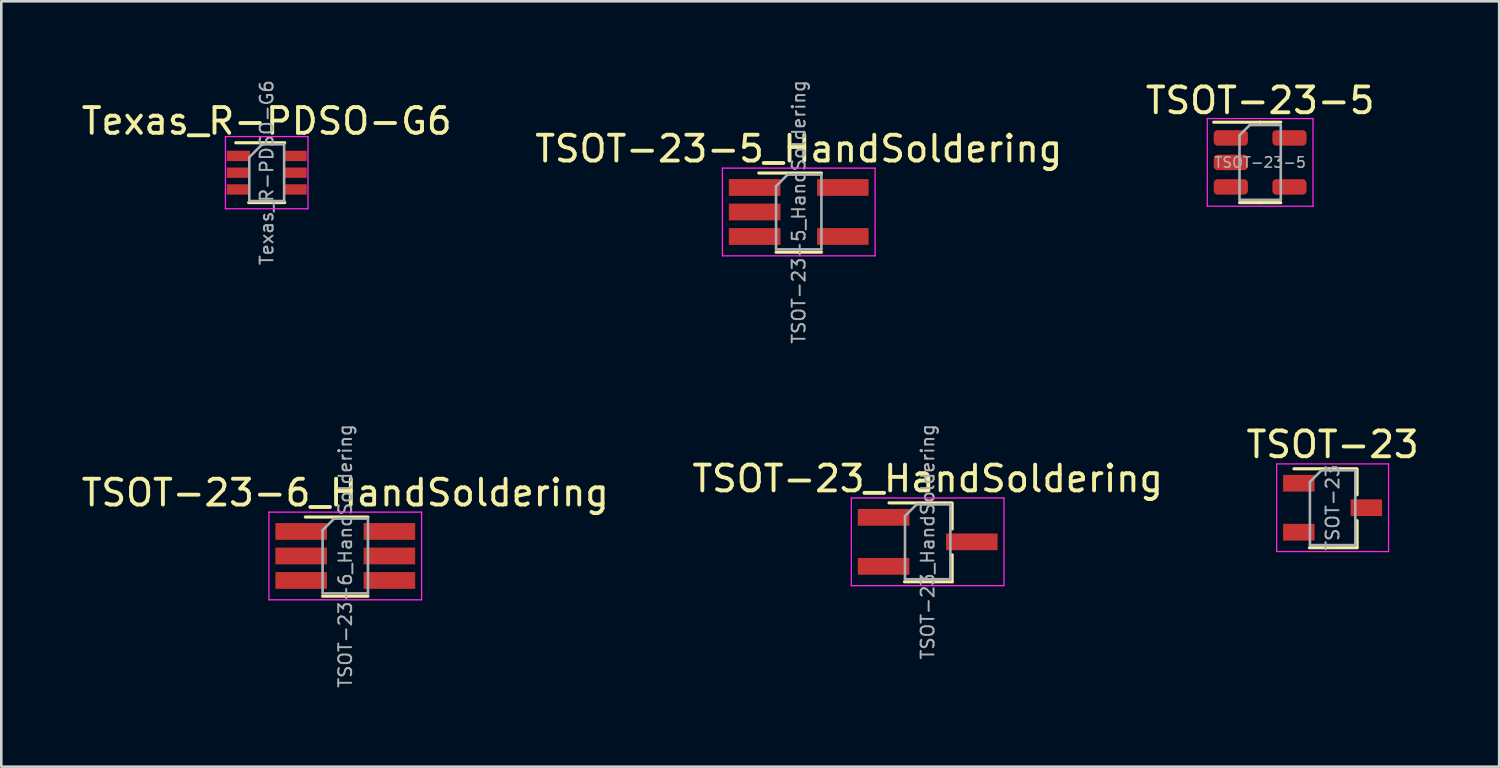
<source format=kicad_pcb>
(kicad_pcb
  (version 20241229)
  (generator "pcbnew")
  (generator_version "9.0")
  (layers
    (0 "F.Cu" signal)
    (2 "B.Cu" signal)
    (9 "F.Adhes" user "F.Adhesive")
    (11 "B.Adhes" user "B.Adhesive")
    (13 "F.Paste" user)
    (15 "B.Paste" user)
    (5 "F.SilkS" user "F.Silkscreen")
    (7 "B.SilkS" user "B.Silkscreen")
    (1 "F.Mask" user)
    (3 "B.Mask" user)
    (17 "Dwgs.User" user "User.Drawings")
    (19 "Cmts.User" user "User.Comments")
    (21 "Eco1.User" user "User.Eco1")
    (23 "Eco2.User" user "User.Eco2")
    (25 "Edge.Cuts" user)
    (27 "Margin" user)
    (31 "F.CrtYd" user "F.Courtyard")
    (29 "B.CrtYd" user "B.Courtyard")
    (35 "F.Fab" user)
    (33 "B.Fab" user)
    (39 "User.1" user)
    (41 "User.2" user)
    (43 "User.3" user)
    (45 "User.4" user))
  (footprint "TSOT-23-5_HandSoldering"
    (layer "F.Cu")
    (at 27.923 5.17)
    (property "Reference" "TSOT-23-5_HandSoldering" (at 0 -2.45 0) (layer "F.SilkS") (effects (font (size 1 1) (thickness 0.15))))
    (attr smd)
    (fp_line (start -0.88 1.56) (end 0.88 1.56) (stroke (width 0.12) (type solid)) (layer "F.SilkS"))
    (fp_line (start 0.88 -1.51) (end -1.55 -1.51) (stroke (width 0.12) (type solid)) (layer "F.SilkS"))
    (fp_line (start -2.96 -1.7) (end -2.96 1.7) (stroke (width 0.05) (type solid)) (layer "F.CrtYd"))
    (fp_line (start -2.96 -1.7) (end 2.96 -1.7) (stroke (width 0.05) (type solid)) (layer "F.CrtYd"))
    (fp_line (start 2.96 1.7) (end -2.96 1.7) (stroke (width 0.05) (type solid)) (layer "F.CrtYd"))
    (fp_line (start 2.96 1.7) (end 2.96 -1.7) (stroke (width 0.05) (type solid)) (layer "F.CrtYd"))
    (fp_line (start -0.88 -1) (end -0.88 1.45) (stroke (width 0.1) (type solid)) (layer "F.Fab"))
    (fp_line (start -0.88 -1) (end -0.43 -1.45) (stroke (width 0.1) (type solid)) (layer "F.Fab"))
    (fp_line (start 0.88 -1.45) (end -0.43 -1.45) (stroke (width 0.1) (type solid)) (layer "F.Fab"))
    (fp_line (start 0.88 -1.45) (end 0.88 1.45) (stroke (width 0.1) (type solid)) (layer "F.Fab"))
    (fp_line (start 0.88 1.45) (end -0.88 1.45) (stroke (width 0.1) (type solid)) (layer "F.Fab"))
    (fp_text user "${REFERENCE}" (at 0 0 90) (layer "F.Fab") (effects (font (size 0.5 0.5) (thickness 0.075))))
    (pad "1" smd rect (at -1.71 -0.95) (size 2 0.65) (layers "F.Cu" "F.Mask" "F.Paste"))
    (pad "2" smd rect (at -1.71 0) (size 2 0.65) (layers "F.Cu" "F.Mask" "F.Paste"))
    (pad "3" smd rect (at -1.71 0.95) (size 2 0.65) (layers "F.Cu" "F.Mask" "F.Paste"))
    (pad "4" smd rect (at 1.71 0.95) (size 2 0.65) (layers "F.Cu" "F.Mask" "F.Paste"))
    (pad "5" smd rect (at 1.71 -0.95) (size 2 0.65) (layers "F.Cu" "F.Mask" "F.Paste")))
  (footprint "TSOT-23-5"
    (layer "F.Cu")
    (at 45.815 3.248)
    (property "Reference" "TSOT-23-5" (at 0 -2.4 0) (layer "F.SilkS") (effects (font (size 1 1) (thickness 0.15))))
    (attr smd)
    (fp_line (start 0 -1.56) (end -1.8 -1.56) (stroke (width 0.12) (type solid)) (layer "F.SilkS"))
    (fp_line (start 0 -1.56) (end 0.8 -1.56) (stroke (width 0.12) (type solid)) (layer "F.SilkS"))
    (fp_line (start 0 1.56) (end -0.8 1.56) (stroke (width 0.12) (type solid)) (layer "F.SilkS"))
    (fp_line (start 0 1.56) (end 0.8 1.56) (stroke (width 0.12) (type solid)) (layer "F.SilkS"))
    (fp_line (start -2.05 -1.7) (end -2.05 1.7) (stroke (width 0.05) (type solid)) (layer "F.CrtYd"))
    (fp_line (start -2.05 1.7) (end 2.05 1.7) (stroke (width 0.05) (type solid)) (layer "F.CrtYd"))
    (fp_line (start 2.05 -1.7) (end -2.05 -1.7) (stroke (width 0.05) (type solid)) (layer "F.CrtYd"))
    (fp_line (start 2.05 1.7) (end 2.05 -1.7) (stroke (width 0.05) (type solid)) (layer "F.CrtYd"))
    (fp_line (start -0.8 -1.05) (end -0.4 -1.45) (stroke (width 0.1) (type solid)) (layer "F.Fab"))
    (fp_line (start -0.8 1.45) (end -0.8 -1.05) (stroke (width 0.1) (type solid)) (layer "F.Fab"))
    (fp_line (start -0.4 -1.45) (end 0.8 -1.45) (stroke (width 0.1) (type solid)) (layer "F.Fab"))
    (fp_line (start 0.8 -1.45) (end 0.8 1.45) (stroke (width 0.1) (type solid)) (layer "F.Fab"))
    (fp_line (start 0.8 1.45) (end -0.8 1.45) (stroke (width 0.1) (type solid)) (layer "F.Fab"))
    (fp_text user "${REFERENCE}" (at 0 0 0) (layer "F.Fab") (effects (font (size 0.4 0.4) (thickness 0.06))))
    (pad "1" smd roundrect (at -1.137 -0.95) (size 1.325 0.6) (layers "F.Cu" "F.Mask" "F.Paste") (roundrect_rratio 0.25))
    (pad "2" smd roundrect (at -1.137 0) (size 1.325 0.6) (layers "F.Cu" "F.Mask" "F.Paste") (roundrect_rratio 0.25))
    (pad "3" smd roundrect (at -1.137 0.95) (size 1.325 0.6) (layers "F.Cu" "F.Mask" "F.Paste") (roundrect_rratio 0.25))
    (pad "4" smd roundrect (at 1.137 0.95) (size 1.325 0.6) (layers "F.Cu" "F.Mask" "F.Paste") (roundrect_rratio 0.25))
    (pad "5" smd roundrect (at 1.137 -0.95) (size 1.325 0.6) (layers "F.Cu" "F.Mask" "F.Paste") (roundrect_rratio 0.25)))
  (footprint "TSOT-23_HandSoldering"
    (layer "F.Cu")
    (at 32.923 17.961)
    (property "Reference" "TSOT-23_HandSoldering" (at 0 -2.45 0) (layer "F.SilkS") (effects (font (size 1 1) (thickness 0.15))))
    (attr smd)
    (fp_line (start 0.93 -1.51) (end -1.5 -1.51) (stroke (width 0.12) (type solid)) (layer "F.SilkS"))
    (fp_line (start 0.95 -1.5) (end 0.95 -0.5) (stroke (width 0.12) (type solid)) (layer "F.SilkS"))
    (fp_line (start 0.95 0.5) (end 0.95 1.55) (stroke (width 0.12) (type solid)) (layer "F.SilkS"))
    (fp_line (start 0.95 1.55) (end -0.9 1.55) (stroke (width 0.12) (type solid)) (layer "F.SilkS"))
    (fp_line (start -2.96 -1.7) (end -2.96 1.7) (stroke (width 0.05) (type solid)) (layer "F.CrtYd"))
    (fp_line (start -2.96 -1.7) (end 2.96 -1.7) (stroke (width 0.05) (type solid)) (layer "F.CrtYd"))
    (fp_line (start 2.96 1.7) (end -2.96 1.7) (stroke (width 0.05) (type solid)) (layer "F.CrtYd"))
    (fp_line (start 2.96 1.7) (end 2.96 -1.7) (stroke (width 0.05) (type solid)) (layer "F.CrtYd"))
    (fp_line (start -0.88 -1) (end -0.88 1.45) (stroke (width 0.1) (type solid)) (layer "F.Fab"))
    (fp_line (start -0.88 -1) (end -0.43 -1.45) (stroke (width 0.1) (type solid)) (layer "F.Fab"))
    (fp_line (start 0.88 -1.45) (end -0.43 -1.45) (stroke (width 0.1) (type solid)) (layer "F.Fab"))
    (fp_line (start 0.88 -1.45) (end 0.88 1.45) (stroke (width 0.1) (type solid)) (layer "F.Fab"))
    (fp_line (start 0.88 1.45) (end -0.88 1.45) (stroke (width 0.1) (type solid)) (layer "F.Fab"))
    (fp_text user "${REFERENCE}" (at 0 0 90) (layer "F.Fab") (effects (font (size 0.5 0.5) (thickness 0.075))))
    (pad "1" smd rect (at -1.71 -0.95) (size 2 0.65) (layers "F.Cu" "F.Mask" "F.Paste"))
    (pad "2" smd rect (at -1.71 0.95) (size 2 0.65) (layers "F.Cu" "F.Mask" "F.Paste"))
    (pad "3" smd rect (at 1.71 0) (size 2 0.65) (layers "F.Cu" "F.Mask" "F.Paste")))
  (footprint "TSOT-23-6_HandSoldering"
    (layer "F.Cu")
    (at 10.339 18.509)
    (property "Reference" "TSOT-23-6_HandSoldering" (at 0 -2.45 0) (layer "F.SilkS") (effects (font (size 1 1) (thickness 0.15))))
    (attr smd)
    (fp_line (start -0.88 1.56) (end 0.88 1.56) (stroke (width 0.12) (type solid)) (layer "F.SilkS"))
    (fp_line (start 0.88 -1.51) (end -1.55 -1.51) (stroke (width 0.12) (type solid)) (layer "F.SilkS"))
    (fp_line (start -2.96 -1.7) (end -2.96 1.7) (stroke (width 0.05) (type solid)) (layer "F.CrtYd"))
    (fp_line (start -2.96 -1.7) (end 2.96 -1.7) (stroke (width 0.05) (type solid)) (layer "F.CrtYd"))
    (fp_line (start 2.96 1.7) (end -2.96 1.7) (stroke (width 0.05) (type solid)) (layer "F.CrtYd"))
    (fp_line (start 2.96 1.7) (end 2.96 -1.7) (stroke (width 0.05) (type solid)) (layer "F.CrtYd"))
    (fp_line (start -0.88 -1) (end -0.88 1.45) (stroke (width 0.1) (type solid)) (layer "F.Fab"))
    (fp_line (start -0.88 -1) (end -0.43 -1.45) (stroke (width 0.1) (type solid)) (layer "F.Fab"))
    (fp_line (start 0.88 -1.45) (end -0.43 -1.45) (stroke (width 0.1) (type solid)) (layer "F.Fab"))
    (fp_line (start 0.88 -1.45) (end 0.88 1.45) (stroke (width 0.1) (type solid)) (layer "F.Fab"))
    (fp_line (start 0.88 1.45) (end -0.88 1.45) (stroke (width 0.1) (type solid)) (layer "F.Fab"))
    (fp_text user "${REFERENCE}" (at 0 0 90) (layer "F.Fab") (effects (font (size 0.5 0.5) (thickness 0.075))))
    (pad "1" smd rect (at -1.71 -0.95) (size 2 0.65) (layers "F.Cu" "F.Mask" "F.Paste"))
    (pad "2" smd rect (at -1.71 0) (size 2 0.65) (layers "F.Cu" "F.Mask" "F.Paste"))
    (pad "3" smd rect (at -1.71 0.95) (size 2 0.65) (layers "F.Cu" "F.Mask" "F.Paste"))
    (pad "4" smd rect (at 1.71 0.95) (size 2 0.65) (layers "F.Cu" "F.Mask" "F.Paste"))
    (pad "5" smd rect (at 1.71 0) (size 2 0.65) (layers "F.Cu" "F.Mask" "F.Paste"))
    (pad "6" smd rect (at 1.71 -0.95) (size 2 0.65) (layers "F.Cu" "F.Mask" "F.Paste")))
  (footprint "Texas_R-PDSO-G6"
    (layer "F.Cu")
    (at 7.292 3.646)
    (property "Reference" "Texas_R-PDSO-G6" (at 0 -2 0) (layer "F.SilkS") (effects (font (size 1 1) (thickness 0.15))))
    (attr smd)
    (fp_line (start -0.7 1.16) (end 0.7 1.16) (stroke (width 0.12) (type solid)) (layer "F.SilkS"))
    (fp_line (start 0.7 -1.16) (end -1.2 -1.16) (stroke (width 0.12) (type solid)) (layer "F.SilkS"))
    (fp_line (start -1.6 -1.4) (end -1.6 1.4) (stroke (width 0.05) (type solid)) (layer "F.CrtYd"))
    (fp_line (start -1.6 -1.4) (end 1.6 -1.4) (stroke (width 0.05) (type solid)) (layer "F.CrtYd"))
    (fp_line (start -1.6 1.4) (end 1.6 1.4) (stroke (width 0.05) (type solid)) (layer "F.CrtYd"))
    (fp_line (start 1.6 1.4) (end 1.6 -1.4) (stroke (width 0.05) (type solid)) (layer "F.CrtYd"))
    (fp_line (start -0.675 -0.6) (end -0.675 1.1) (stroke (width 0.1) (type solid)) (layer "F.Fab"))
    (fp_line (start -0.175 -1.1) (end -0.675 -0.6) (stroke (width 0.1) (type solid)) (layer "F.Fab"))
    (fp_line (start 0.675 -1.1) (end -0.175 -1.1) (stroke (width 0.1) (type solid)) (layer "F.Fab"))
    (fp_line (start 0.675 -1.1) (end 0.675 1.1) (stroke (width 0.1) (type solid)) (layer "F.Fab"))
    (fp_line (start 0.675 1.1) (end -0.675 1.1) (stroke (width 0.1) (type solid)) (layer "F.Fab"))
    (fp_text user "${REFERENCE}" (at 0 0 90) (layer "F.Fab") (effects (font (size 0.5 0.5) (thickness 0.075))))
    (pad "1" smd rect (at -1.1 -0.65) (size 0.9 0.4) (layers "F.Cu" "F.Mask" "F.Paste"))
    (pad "2" smd rect (at -1.1 0) (size 0.9 0.4) (layers "F.Cu" "F.Mask" "F.Paste"))
    (pad "3" smd rect (at -1.1 0.65) (size 0.9 0.4) (layers "F.Cu" "F.Mask" "F.Paste"))
    (pad "4" smd rect (at 1.1 0.65) (size 0.9 0.4) (layers "F.Cu" "F.Mask" "F.Paste"))
    (pad "5" smd rect (at 1.1 0) (size 0.9 0.4) (layers "F.Cu" "F.Mask" "F.Paste"))
    (pad "6" smd rect (at 1.1 -0.65) (size 0.9 0.4) (layers "F.Cu" "F.Mask" "F.Paste")))
  (footprint "TSOT-23"
    (layer "F.Cu")
    (at 48.625 16.638)
    (property "Reference" "TSOT-23" (at 0 -2.45 0) (layer "F.SilkS") (effects (font (size 1 1) (thickness 0.15))))
    (attr smd)
    (fp_line (start 0.93 -1.51) (end -1.5 -1.51) (stroke (width 0.12) (type solid)) (layer "F.SilkS"))
    (fp_line (start 0.95 -1.5) (end 0.95 -0.5) (stroke (width 0.12) (type solid)) (layer "F.SilkS"))
    (fp_line (start 0.95 0.5) (end 0.95 1.55) (stroke (width 0.12) (type solid)) (layer "F.SilkS"))
    (fp_line (start 0.95 1.55) (end -0.9 1.55) (stroke (width 0.12) (type solid)) (layer "F.SilkS"))
    (fp_line (start -2.17 -1.7) (end -2.17 1.7) (stroke (width 0.05) (type solid)) (layer "F.CrtYd"))
    (fp_line (start -2.17 -1.7) (end 2.17 -1.7) (stroke (width 0.05) (type solid)) (layer "F.CrtYd"))
    (fp_line (start 2.17 1.7) (end -2.17 1.7) (stroke (width 0.05) (type solid)) (layer "F.CrtYd"))
    (fp_line (start 2.17 1.7) (end 2.17 -1.7) (stroke (width 0.05) (type solid)) (layer "F.CrtYd"))
    (fp_line (start -0.88 -1) (end -0.88 1.45) (stroke (width 0.1) (type solid)) (layer "F.Fab"))
    (fp_line (start -0.88 -1) (end -0.43 -1.45) (stroke (width 0.1) (type solid)) (layer "F.Fab"))
    (fp_line (start 0.88 -1.45) (end -0.43 -1.45) (stroke (width 0.1) (type solid)) (layer "F.Fab"))
    (fp_line (start 0.88 -1.45) (end 0.88 1.45) (stroke (width 0.1) (type solid)) (layer "F.Fab"))
    (fp_line (start 0.88 1.45) (end -0.88 1.45) (stroke (width 0.1) (type solid)) (layer "F.Fab"))
    (fp_text user "${REFERENCE}" (at 0 0 90) (layer "F.Fab") (effects (font (size 0.5 0.5) (thickness 0.075))))
    (pad "1" smd rect (at -1.31 -0.95) (size 1.22 0.65) (layers "F.Cu" "F.Mask" "F.Paste"))
    (pad "2" smd rect (at -1.31 0.95) (size 1.22 0.65) (layers "F.Cu" "F.Mask" "F.Paste"))
    (pad "3" smd rect (at 1.31 0) (size 1.22 0.65) (layers "F.Cu" "F.Mask" "F.Paste")))
  (gr_rect
    (start -3 -3)
    (end 55.083 26.679)
    (stroke (width 0.1) (type default))
    (fill no)
    (layer "Edge.Cuts")))
</source>
